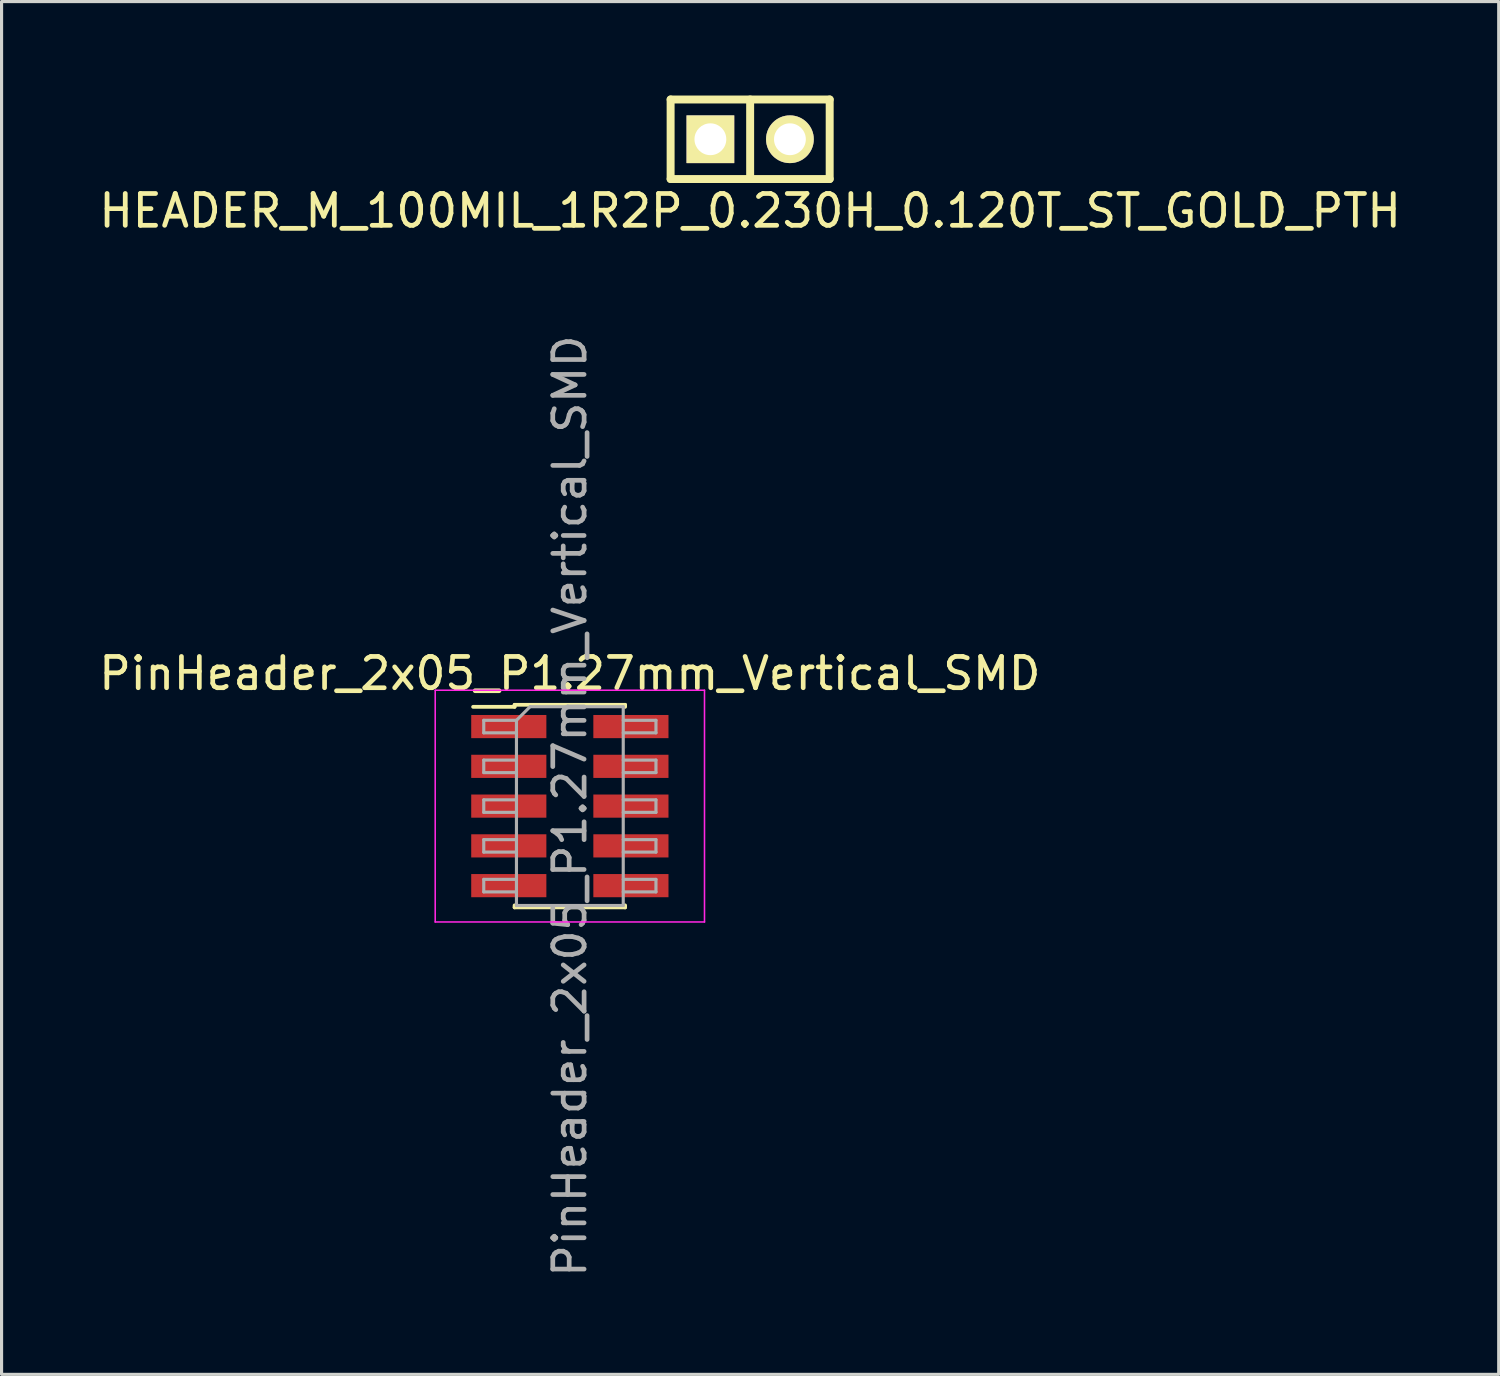
<source format=kicad_pcb>
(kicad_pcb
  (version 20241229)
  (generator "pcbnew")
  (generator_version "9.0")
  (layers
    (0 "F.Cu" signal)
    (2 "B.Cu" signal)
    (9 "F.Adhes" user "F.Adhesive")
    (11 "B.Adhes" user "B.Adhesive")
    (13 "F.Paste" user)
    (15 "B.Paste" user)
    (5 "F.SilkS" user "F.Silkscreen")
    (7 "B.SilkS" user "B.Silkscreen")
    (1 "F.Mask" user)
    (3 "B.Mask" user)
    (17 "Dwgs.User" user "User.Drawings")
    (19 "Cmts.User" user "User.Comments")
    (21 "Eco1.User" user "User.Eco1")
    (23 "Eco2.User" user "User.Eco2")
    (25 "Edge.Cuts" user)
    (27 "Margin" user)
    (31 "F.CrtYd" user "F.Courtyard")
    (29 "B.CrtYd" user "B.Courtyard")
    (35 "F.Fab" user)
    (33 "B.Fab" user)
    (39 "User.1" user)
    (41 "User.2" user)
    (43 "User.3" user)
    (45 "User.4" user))
  (footprint "HEADER_M_100MIL_1R2P_0.230H_0.120T_ST_GOLD_PTH"
    (layer "F.Cu")
    (at 20.907 1.397)
    (property "Reference" "HEADER_M_100MIL_1R2P_0.230H_0.120T_ST_GOLD_PTH" (at 0 2.286 0) (layer "F.SilkS") (effects (font (size 1.016 1.016) (thickness 0.152))))
    (attr through_hole)
    (fp_line (start -2.54 -1.27) (end 2.54 -1.27) (stroke (width 0.254) (type solid)) (layer "F.SilkS"))
    (fp_line (start -2.54 1.27) (end -2.54 -1.27) (stroke (width 0.254) (type solid)) (layer "F.SilkS"))
    (fp_line (start -2.54 1.27) (end 2.54 1.27) (stroke (width 0.254) (type solid)) (layer "F.SilkS"))
    (fp_line (start 0 -1.27) (end 0 1.27) (stroke (width 0.254) (type solid)) (layer "F.SilkS"))
    (fp_line (start 2.54 -1.27) (end 2.54 1.27) (stroke (width 0.254) (type solid)) (layer "F.SilkS"))
    (pad "1" thru_hole rect (at -1.27 0) (size 1.524 1.524) (drill 1.016) (layers "*.Cu" "*.Mask" "F.SilkS"))
    (pad "2" thru_hole circle (at 1.27 0) (size 1.524 1.524) (drill 1.016) (layers "*.Cu" "*.Mask" "F.SilkS")))
  (footprint "PinHeader_2x05_P1.27mm_Vertical_SMD"
    (layer "F.Cu")
    (at 15.149 22.694)
    (property "Reference" "PinHeader_2x05_P1.27mm_Vertical_SMD" (at 0 -4.235 0) (layer "F.SilkS") (effects (font (size 1 1) (thickness 0.15))))
    (attr smd)
    (fp_line (start -3.09 -3.17) (end -1.765 -3.17) (stroke (width 0.12) (type solid)) (layer "F.SilkS"))
    (fp_line (start -1.765 -3.235) (end -1.765 -3.17) (stroke (width 0.12) (type solid)) (layer "F.SilkS"))
    (fp_line (start -1.765 -3.235) (end 1.765 -3.235) (stroke (width 0.12) (type solid)) (layer "F.SilkS"))
    (fp_line (start -1.765 3.17) (end -1.765 3.235) (stroke (width 0.12) (type solid)) (layer "F.SilkS"))
    (fp_line (start -1.765 3.235) (end 1.765 3.235) (stroke (width 0.12) (type solid)) (layer "F.SilkS"))
    (fp_line (start 1.765 -3.235) (end 1.765 -3.17) (stroke (width 0.12) (type solid)) (layer "F.SilkS"))
    (fp_line (start 1.765 3.17) (end 1.765 3.235) (stroke (width 0.12) (type solid)) (layer "F.SilkS"))
    (fp_line (start -4.3 -3.7) (end -4.3 3.7) (stroke (width 0.05) (type solid)) (layer "F.CrtYd"))
    (fp_line (start -4.3 3.7) (end 4.3 3.7) (stroke (width 0.05) (type solid)) (layer "F.CrtYd"))
    (fp_line (start 4.3 -3.7) (end -4.3 -3.7) (stroke (width 0.05) (type solid)) (layer "F.CrtYd"))
    (fp_line (start 4.3 3.7) (end 4.3 -3.7) (stroke (width 0.05) (type solid)) (layer "F.CrtYd"))
    (fp_line (start -2.75 -2.74) (end -2.75 -2.34) (stroke (width 0.1) (type solid)) (layer "F.Fab"))
    (fp_line (start -2.75 -2.34) (end -1.705 -2.34) (stroke (width 0.1) (type solid)) (layer "F.Fab"))
    (fp_line (start -2.75 -1.47) (end -2.75 -1.07) (stroke (width 0.1) (type solid)) (layer "F.Fab"))
    (fp_line (start -2.75 -1.07) (end -1.705 -1.07) (stroke (width 0.1) (type solid)) (layer "F.Fab"))
    (fp_line (start -2.75 -0.2) (end -2.75 0.2) (stroke (width 0.1) (type solid)) (layer "F.Fab"))
    (fp_line (start -2.75 0.2) (end -1.705 0.2) (stroke (width 0.1) (type solid)) (layer "F.Fab"))
    (fp_line (start -2.75 1.07) (end -2.75 1.47) (stroke (width 0.1) (type solid)) (layer "F.Fab"))
    (fp_line (start -2.75 1.47) (end -1.705 1.47) (stroke (width 0.1) (type solid)) (layer "F.Fab"))
    (fp_line (start -2.75 2.34) (end -2.75 2.74) (stroke (width 0.1) (type solid)) (layer "F.Fab"))
    (fp_line (start -2.75 2.74) (end -1.705 2.74) (stroke (width 0.1) (type solid)) (layer "F.Fab"))
    (fp_line (start -1.705 -2.74) (end -2.75 -2.74) (stroke (width 0.1) (type solid)) (layer "F.Fab"))
    (fp_line (start -1.705 -2.74) (end -1.27 -3.175) (stroke (width 0.1) (type solid)) (layer "F.Fab"))
    (fp_line (start -1.705 -1.47) (end -2.75 -1.47) (stroke (width 0.1) (type solid)) (layer "F.Fab"))
    (fp_line (start -1.705 -0.2) (end -2.75 -0.2) (stroke (width 0.1) (type solid)) (layer "F.Fab"))
    (fp_line (start -1.705 1.07) (end -2.75 1.07) (stroke (width 0.1) (type solid)) (layer "F.Fab"))
    (fp_line (start -1.705 2.34) (end -2.75 2.34) (stroke (width 0.1) (type solid)) (layer "F.Fab"))
    (fp_line (start -1.705 3.175) (end -1.705 -2.74) (stroke (width 0.1) (type solid)) (layer "F.Fab"))
    (fp_line (start -1.27 -3.175) (end 1.705 -3.175) (stroke (width 0.1) (type solid)) (layer "F.Fab"))
    (fp_line (start 1.705 -3.175) (end 1.705 3.175) (stroke (width 0.1) (type solid)) (layer "F.Fab"))
    (fp_line (start 1.705 -2.74) (end 2.75 -2.74) (stroke (width 0.1) (type solid)) (layer "F.Fab"))
    (fp_line (start 1.705 -1.47) (end 2.75 -1.47) (stroke (width 0.1) (type solid)) (layer "F.Fab"))
    (fp_line (start 1.705 -0.2) (end 2.75 -0.2) (stroke (width 0.1) (type solid)) (layer "F.Fab"))
    (fp_line (start 1.705 1.07) (end 2.75 1.07) (stroke (width 0.1) (type solid)) (layer "F.Fab"))
    (fp_line (start 1.705 2.34) (end 2.75 2.34) (stroke (width 0.1) (type solid)) (layer "F.Fab"))
    (fp_line (start 1.705 3.175) (end -1.705 3.175) (stroke (width 0.1) (type solid)) (layer "F.Fab"))
    (fp_line (start 2.75 -2.74) (end 2.75 -2.34) (stroke (width 0.1) (type solid)) (layer "F.Fab"))
    (fp_line (start 2.75 -2.34) (end 1.705 -2.34) (stroke (width 0.1) (type solid)) (layer "F.Fab"))
    (fp_line (start 2.75 -1.47) (end 2.75 -1.07) (stroke (width 0.1) (type solid)) (layer "F.Fab"))
    (fp_line (start 2.75 -1.07) (end 1.705 -1.07) (stroke (width 0.1) (type solid)) (layer "F.Fab"))
    (fp_line (start 2.75 -0.2) (end 2.75 0.2) (stroke (width 0.1) (type solid)) (layer "F.Fab"))
    (fp_line (start 2.75 0.2) (end 1.705 0.2) (stroke (width 0.1) (type solid)) (layer "F.Fab"))
    (fp_line (start 2.75 1.07) (end 2.75 1.47) (stroke (width 0.1) (type solid)) (layer "F.Fab"))
    (fp_line (start 2.75 1.47) (end 1.705 1.47) (stroke (width 0.1) (type solid)) (layer "F.Fab"))
    (fp_line (start 2.75 2.34) (end 2.75 2.74) (stroke (width 0.1) (type solid)) (layer "F.Fab"))
    (fp_line (start 2.75 2.74) (end 1.705 2.74) (stroke (width 0.1) (type solid)) (layer "F.Fab"))
    (fp_text user "${REFERENCE}" (at 0 0 90) (layer "F.Fab") (effects (font (size 1 1) (thickness 0.15))))
    (pad "1" smd rect (at -1.95 -2.54) (size 2.4 0.74) (layers "F.Cu" "F.Mask" "F.Paste"))
    (pad "2" smd rect (at 1.95 -2.54) (size 2.4 0.74) (layers "F.Cu" "F.Mask" "F.Paste"))
    (pad "3" smd rect (at -1.95 -1.27) (size 2.4 0.74) (layers "F.Cu" "F.Mask" "F.Paste"))
    (pad "4" smd rect (at 1.95 -1.27) (size 2.4 0.74) (layers "F.Cu" "F.Mask" "F.Paste"))
    (pad "5" smd rect (at -1.95 0) (size 2.4 0.74) (layers "F.Cu" "F.Mask" "F.Paste"))
    (pad "6" smd rect (at 1.95 0) (size 2.4 0.74) (layers "F.Cu" "F.Mask" "F.Paste"))
    (pad "7" smd rect (at -1.95 1.27) (size 2.4 0.74) (layers "F.Cu" "F.Mask" "F.Paste"))
    (pad "8" smd rect (at 1.95 1.27) (size 2.4 0.74) (layers "F.Cu" "F.Mask" "F.Paste"))
    (pad "9" smd rect (at -1.95 2.54) (size 2.4 0.74) (layers "F.Cu" "F.Mask" "F.Paste"))
    (pad "10" smd rect (at 1.95 2.54) (size 2.4 0.74) (layers "F.Cu" "F.Mask" "F.Paste")))
  (gr_rect
    (start -3 -3)
    (end 44.813 40.842)
    (stroke (width 0.1) (type default))
    (fill no)
    (layer "Edge.Cuts")))
</source>
